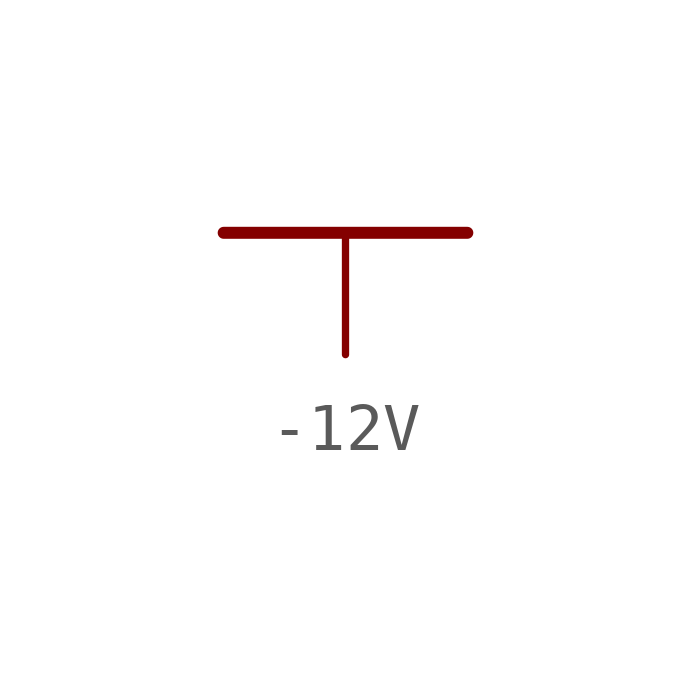
<source format=kicad_sym>
(kicad_symbol_lib
  (version 20231120)
  (generator "kicad_symbol_editor")
  (generator_version "8.0")
  (symbol "-12V"
    (power)
    (property "Reference" "#NetPort"
      (at 0 0 0)
      (effects (font (size 1.27 1.27)) (hide yes)))
    (property "ki_locked" ""
      (at 0 0 0)
      (effects (font (size 1.27 1.27))))
    (symbol "-12V_1_0"
      (polyline (pts (xy -2.54 0) (xy 2.54 0)) (stroke (width 0.25) (type solid)) (fill (type none)))
      (pin power_in line (at 0 -2.54 90) (length 2.54) (name "-12V" (effects (font (size 0 0)))) (number "1" (effects (font (size 0 0))))))))
</source>
